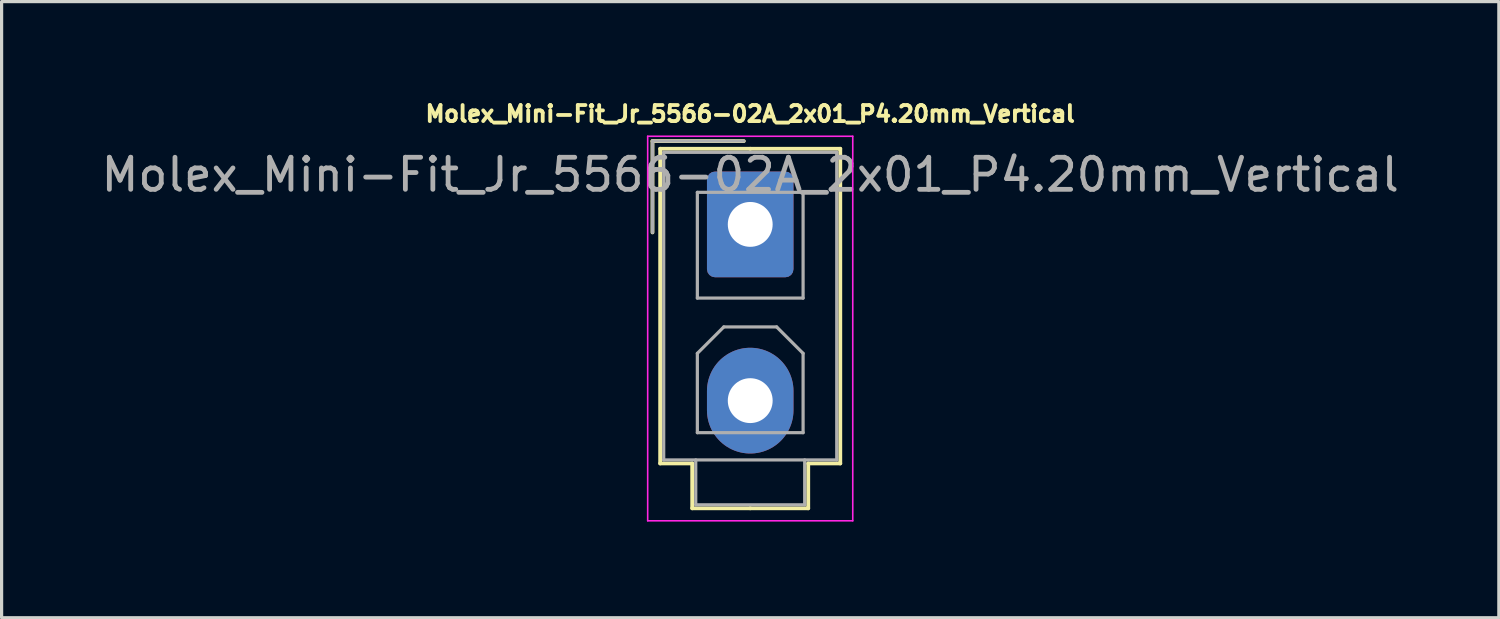
<source format=kicad_pcb>
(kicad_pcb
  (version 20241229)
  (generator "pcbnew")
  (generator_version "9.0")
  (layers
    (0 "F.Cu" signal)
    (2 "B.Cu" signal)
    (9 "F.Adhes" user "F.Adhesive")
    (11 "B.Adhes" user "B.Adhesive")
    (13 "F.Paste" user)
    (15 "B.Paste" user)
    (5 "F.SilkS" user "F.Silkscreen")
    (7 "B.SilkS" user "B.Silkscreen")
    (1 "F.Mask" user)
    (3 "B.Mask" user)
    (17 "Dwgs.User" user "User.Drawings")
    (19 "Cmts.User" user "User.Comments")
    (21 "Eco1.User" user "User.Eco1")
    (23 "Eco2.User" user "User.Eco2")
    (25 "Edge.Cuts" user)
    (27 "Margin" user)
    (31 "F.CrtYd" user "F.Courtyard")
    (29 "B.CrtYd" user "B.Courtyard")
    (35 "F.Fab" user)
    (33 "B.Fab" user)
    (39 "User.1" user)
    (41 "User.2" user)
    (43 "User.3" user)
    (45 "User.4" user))
  (footprint "Molex_Mini-Fit_Jr_5566-02A_2x01_P4.20mm_Vertical"
    (layer "F.Cu")
    (at 20.363 3.953)
    (property "Reference" "Molex_Mini-Fit_Jr_5566-02A_2x01_P4.20mm_Vertical" (at 0 -3.45 0) (layer "F.SilkS") (effects (font (size 0.5 0.5) (thickness 0.12) (bold yes))))
    (attr through_hole)
    (fp_line (start -3.05 -2.6) (end -3.05 0.25) (stroke (width 0.12) (type solid)) (layer "F.SilkS"))
    (fp_line (start -2.81 -2.36) (end -2.81 7.46) (stroke (width 0.12) (type solid)) (layer "F.SilkS"))
    (fp_line (start -2.81 7.46) (end -1.81 7.46) (stroke (width 0.12) (type solid)) (layer "F.SilkS"))
    (fp_line (start -1.81 7.46) (end -1.81 8.86) (stroke (width 0.12) (type solid)) (layer "F.SilkS"))
    (fp_line (start -1.81 8.86) (end 0 8.86) (stroke (width 0.12) (type solid)) (layer "F.SilkS"))
    (fp_line (start -0.2 -2.6) (end -3.05 -2.6) (stroke (width 0.12) (type solid)) (layer "F.SilkS"))
    (fp_line (start 0 -2.36) (end -2.81 -2.36) (stroke (width 0.12) (type solid)) (layer "F.SilkS"))
    (fp_line (start 0 -2.36) (end 2.81 -2.36) (stroke (width 0.12) (type solid)) (layer "F.SilkS"))
    (fp_line (start 1.81 7.46) (end 1.81 8.86) (stroke (width 0.12) (type solid)) (layer "F.SilkS"))
    (fp_line (start 1.81 8.86) (end 0 8.86) (stroke (width 0.12) (type solid)) (layer "F.SilkS"))
    (fp_line (start 2.81 -2.36) (end 2.81 7.46) (stroke (width 0.12) (type solid)) (layer "F.SilkS"))
    (fp_line (start 2.81 7.46) (end 1.81 7.46) (stroke (width 0.12) (type solid)) (layer "F.SilkS"))
    (fp_line (start -3.2 -2.75) (end -3.2 9.25) (stroke (width 0.05) (type solid)) (layer "F.CrtYd"))
    (fp_line (start -3.2 9.25) (end 3.2 9.25) (stroke (width 0.05) (type solid)) (layer "F.CrtYd"))
    (fp_line (start 3.2 -2.75) (end -3.2 -2.75) (stroke (width 0.05) (type solid)) (layer "F.CrtYd"))
    (fp_line (start 3.2 9.25) (end 3.2 -2.75) (stroke (width 0.05) (type solid)) (layer "F.CrtYd"))
    (fp_line (start -3.05 -2.6) (end -3.05 0.25) (stroke (width 0.1) (type solid)) (layer "F.Fab"))
    (fp_line (start -2.7 -2.25) (end -2.7 7.35) (stroke (width 0.1) (type solid)) (layer "F.Fab"))
    (fp_line (start -2.7 7.35) (end 2.7 7.35) (stroke (width 0.1) (type solid)) (layer "F.Fab"))
    (fp_line (start -1.7 7.35) (end -1.7 8.75) (stroke (width 0.1) (type solid)) (layer "F.Fab"))
    (fp_line (start -1.7 8.75) (end 1.7 8.75) (stroke (width 0.1) (type solid)) (layer "F.Fab"))
    (fp_line (start -1.65 -1) (end -1.65 2.3) (stroke (width 0.1) (type solid)) (layer "F.Fab"))
    (fp_line (start -1.65 2.3) (end 1.65 2.3) (stroke (width 0.1) (type solid)) (layer "F.Fab"))
    (fp_line (start -1.65 4.025) (end -0.825 3.2) (stroke (width 0.1) (type solid)) (layer "F.Fab"))
    (fp_line (start -1.65 6.5) (end -1.65 4.025) (stroke (width 0.1) (type solid)) (layer "F.Fab"))
    (fp_line (start -0.825 3.2) (end 0.825 3.2) (stroke (width 0.1) (type solid)) (layer "F.Fab"))
    (fp_line (start -0.2 -2.6) (end -3.05 -2.6) (stroke (width 0.1) (type solid)) (layer "F.Fab"))
    (fp_line (start 0.825 3.2) (end 1.65 4.025) (stroke (width 0.1) (type solid)) (layer "F.Fab"))
    (fp_line (start 1.65 -1) (end -1.65 -1) (stroke (width 0.1) (type solid)) (layer "F.Fab"))
    (fp_line (start 1.65 2.3) (end 1.65 -1) (stroke (width 0.1) (type solid)) (layer "F.Fab"))
    (fp_line (start 1.65 4.025) (end 1.65 6.5) (stroke (width 0.1) (type solid)) (layer "F.Fab"))
    (fp_line (start 1.65 6.5) (end -1.65 6.5) (stroke (width 0.1) (type solid)) (layer "F.Fab"))
    (fp_line (start 1.7 8.75) (end 1.7 7.35) (stroke (width 0.1) (type solid)) (layer "F.Fab"))
    (fp_line (start 2.7 -2.25) (end -2.7 -2.25) (stroke (width 0.1) (type solid)) (layer "F.Fab"))
    (fp_line (start 2.7 7.35) (end 2.7 -2.25) (stroke (width 0.1) (type solid)) (layer "F.Fab"))
    (fp_text user "${REFERENCE}" (at 0 -1.55 0) (layer "F.Fab") (effects (font (size 1 1) (thickness 0.15))))
    (pad "1" thru_hole roundrect (at 0 0) (size 2.7 3.3) (drill 1.4) (layers "*.Cu" "*.Mask") (roundrect_rratio 0.093))
    (pad "2" thru_hole oval (at 0 5.5) (size 2.7 3.3) (drill 1.4) (layers "*.Cu" "*.Mask")))
  (gr_rect
    (start -3 -3)
    (end 43.726 16.228)
    (stroke (width 0.1) (type default))
    (fill no)
    (layer "Edge.Cuts")))
</source>
